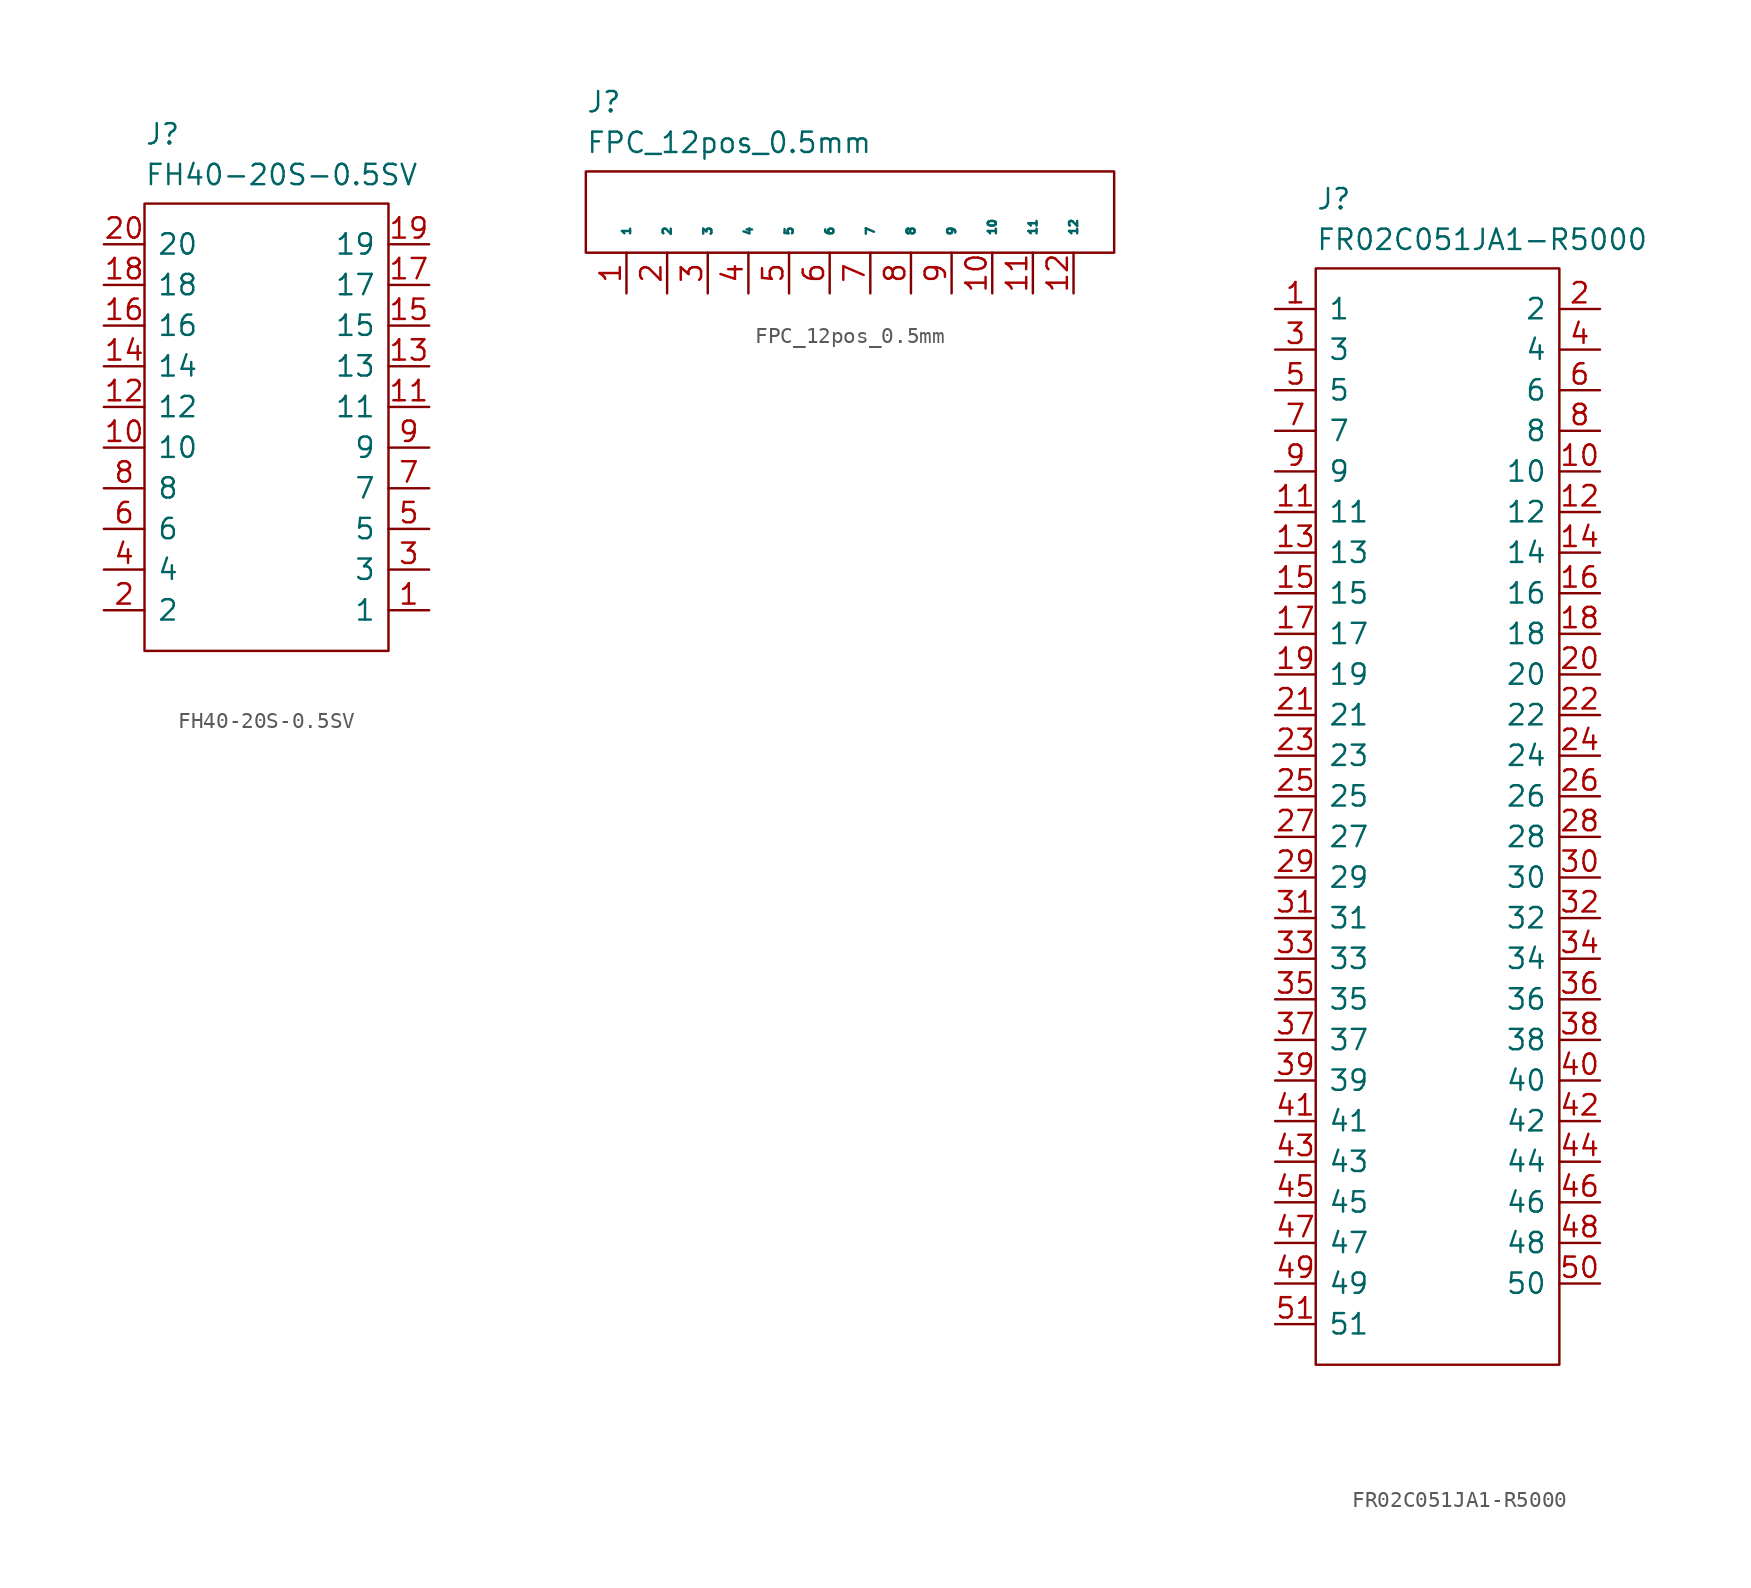
<source format=kicad_sym>
(kicad_symbol_lib
  (version 20241209)
  (generator "kicad_symbol_editor")
  (generator_version "9.0")
  (symbol "FH40-20S-0.5SV"
    (pin_names
      (offset 0.762))
    (property "Reference" "J"
      (at 2.54 7.62 0)
      (effects (font (size 1.27 1.27)) (justify left top)))
    (property "Value" "FH40-20S-0.5SV"
      (at 2.54 5.08 0)
      (effects (font (size 1.27 1.27)) (justify left top)))
    (symbol "FH40-20S-0.5SV_0_0"
      (pin passive line (at 0 0 0) (length 2.54) (name "20" (effects (font (size 1.27 1.27)))) (number "20" (effects (font (size 1.27 1.27)))))
      (pin passive line (at 0 -2.54 0) (length 2.54) (name "18" (effects (font (size 1.27 1.27)))) (number "18" (effects (font (size 1.27 1.27)))))
      (pin passive line (at 0 -5.08 0) (length 2.54) (name "16" (effects (font (size 1.27 1.27)))) (number "16" (effects (font (size 1.27 1.27)))))
      (pin passive line (at 0 -7.62 0) (length 2.54) (name "14" (effects (font (size 1.27 1.27)))) (number "14" (effects (font (size 1.27 1.27)))))
      (pin passive line (at 0 -10.16 0) (length 2.54) (name "12" (effects (font (size 1.27 1.27)))) (number "12" (effects (font (size 1.27 1.27)))))
      (pin passive line (at 0 -12.7 0) (length 2.54) (name "10" (effects (font (size 1.27 1.27)))) (number "10" (effects (font (size 1.27 1.27)))))
      (pin passive line (at 0 -15.24 0) (length 2.54) (name "8" (effects (font (size 1.27 1.27)))) (number "8" (effects (font (size 1.27 1.27)))))
      (pin passive line (at 0 -17.78 0) (length 2.54) (name "6" (effects (font (size 1.27 1.27)))) (number "6" (effects (font (size 1.27 1.27)))))
      (pin passive line (at 0 -20.32 0) (length 2.54) (name "4" (effects (font (size 1.27 1.27)))) (number "4" (effects (font (size 1.27 1.27)))))
      (pin passive line (at 0 -22.86 0) (length 2.54) (name "2" (effects (font (size 1.27 1.27)))) (number "2" (effects (font (size 1.27 1.27)))))
      (pin passive line (at 20.32 0 180) (length 2.54) (name "19" (effects (font (size 1.27 1.27)))) (number "19" (effects (font (size 1.27 1.27)))))
      (pin passive line (at 20.32 -2.54 180) (length 2.54) (name "17" (effects (font (size 1.27 1.27)))) (number "17" (effects (font (size 1.27 1.27)))))
      (pin passive line (at 20.32 -5.08 180) (length 2.54) (name "15" (effects (font (size 1.27 1.27)))) (number "15" (effects (font (size 1.27 1.27)))))
      (pin passive line (at 20.32 -7.62 180) (length 2.54) (name "13" (effects (font (size 1.27 1.27)))) (number "13" (effects (font (size 1.27 1.27)))))
      (pin passive line (at 20.32 -10.16 180) (length 2.54) (name "11" (effects (font (size 1.27 1.27)))) (number "11" (effects (font (size 1.27 1.27)))))
      (pin passive line (at 20.32 -12.7 180) (length 2.54) (name "9" (effects (font (size 1.27 1.27)))) (number "9" (effects (font (size 1.27 1.27)))))
      (pin passive line (at 20.32 -15.24 180) (length 2.54) (name "7" (effects (font (size 1.27 1.27)))) (number "7" (effects (font (size 1.27 1.27)))))
      (pin passive line (at 20.32 -17.78 180) (length 2.54) (name "5" (effects (font (size 1.27 1.27)))) (number "5" (effects (font (size 1.27 1.27)))))
      (pin passive line (at 20.32 -20.32 180) (length 2.54) (name "3" (effects (font (size 1.27 1.27)))) (number "3" (effects (font (size 1.27 1.27)))))
      (pin passive line (at 20.32 -22.86 180) (length 2.54) (name "1" (effects (font (size 1.27 1.27)))) (number "1" (effects (font (size 1.27 1.27))))))
    (symbol "FH40-20S-0.5SV_0_1"
      (polyline (pts (xy 2.54 2.54) (xy 17.78 2.54) (xy 17.78 -25.4) (xy 2.54 -25.4) (xy 2.54 2.54)) (stroke (width 0.152) (type default)) (fill (type none)))))
  (symbol "FPC_12pos_0.5mm"
    (pin_names
      (offset 1.016))
    (property "Reference" "J"
      (at -2.54 12.7 0)
      (effects (font (size 1.27 1.27)) (justify left top)))
    (property "Value" "FPC_12pos_0.5mm"
      (at -2.54 10.16 0)
      (effects (font (size 1.27 1.27)) (justify left top)))
    (symbol "FPC_12pos_0.5mm_0_1"
      (rectangle (start -2.54 7.62) (end 30.48 2.54) (stroke (width 0) (type default)) (fill (type none))))
    (symbol "FPC_12pos_0.5mm_1_1"
      (pin bidirectional line (at 0 0 90) (length 2.54) (name "1" (effects (font (size 0.508 0.508)))) (number "1" (effects (font (size 1.27 1.27)))))
      (pin bidirectional line (at 2.54 0 90) (length 2.54) (name "2" (effects (font (size 0.508 0.508)))) (number "2" (effects (font (size 1.27 1.27)))))
      (pin bidirectional line (at 5.08 0 90) (length 2.54) (name "3" (effects (font (size 0.508 0.508)))) (number "3" (effects (font (size 1.27 1.27)))))
      (pin bidirectional line (at 7.62 0 90) (length 2.54) (name "4" (effects (font (size 0.508 0.508)))) (number "4" (effects (font (size 1.27 1.27)))))
      (pin bidirectional line (at 10.16 0 90) (length 2.54) (name "5" (effects (font (size 0.508 0.508)))) (number "5" (effects (font (size 1.27 1.27)))))
      (pin bidirectional line (at 12.7 0 90) (length 2.54) (name "6" (effects (font (size 0.508 0.508)))) (number "6" (effects (font (size 1.27 1.27)))))
      (pin bidirectional line (at 15.24 0 90) (length 2.54) (name "7" (effects (font (size 0.508 0.508)))) (number "7" (effects (font (size 1.27 1.27)))))
      (pin bidirectional line (at 17.78 0 90) (length 2.54) (name "8" (effects (font (size 0.508 0.508)))) (number "8" (effects (font (size 1.27 1.27)))))
      (pin bidirectional line (at 20.32 0 90) (length 2.54) (name "9" (effects (font (size 0.508 0.508)))) (number "9" (effects (font (size 1.27 1.27)))))
      (pin bidirectional line (at 22.86 0 90) (length 2.54) (name "10" (effects (font (size 0.508 0.508)))) (number "10" (effects (font (size 1.27 1.27)))))
      (pin bidirectional line (at 25.4 0 90) (length 2.54) (name "11" (effects (font (size 0.508 0.508)))) (number "11" (effects (font (size 1.27 1.27)))))
      (pin bidirectional line (at 27.94 0 90) (length 2.54) (name "12" (effects (font (size 0.508 0.508)))) (number "12" (effects (font (size 1.27 1.27)))))))
  (symbol "FR02C051JA1-R5000"
    (pin_names
      (offset 0.762))
    (property "Reference" "J"
      (at 2.54 7.62 0)
      (effects (font (size 1.27 1.27)) (justify left top)))
    (property "Value" "FR02C051JA1-R5000"
      (at 2.54 5.08 0)
      (effects (font (size 1.27 1.27)) (justify left top)))
    (symbol "FR02C051JA1-R5000_0_0"
      (pin passive line (at 0 0 0) (length 2.54) (name "1" (effects (font (size 1.27 1.27)))) (number "1" (effects (font (size 1.27 1.27)))))
      (pin passive line (at 0 -2.54 0) (length 2.54) (name "3" (effects (font (size 1.27 1.27)))) (number "3" (effects (font (size 1.27 1.27)))))
      (pin passive line (at 0 -5.08 0) (length 2.54) (name "5" (effects (font (size 1.27 1.27)))) (number "5" (effects (font (size 1.27 1.27)))))
      (pin passive line (at 0 -7.62 0) (length 2.54) (name "7" (effects (font (size 1.27 1.27)))) (number "7" (effects (font (size 1.27 1.27)))))
      (pin passive line (at 0 -10.16 0) (length 2.54) (name "9" (effects (font (size 1.27 1.27)))) (number "9" (effects (font (size 1.27 1.27)))))
      (pin passive line (at 0 -12.7 0) (length 2.54) (name "11" (effects (font (size 1.27 1.27)))) (number "11" (effects (font (size 1.27 1.27)))))
      (pin passive line (at 0 -15.24 0) (length 2.54) (name "13" (effects (font (size 1.27 1.27)))) (number "13" (effects (font (size 1.27 1.27)))))
      (pin passive line (at 0 -17.78 0) (length 2.54) (name "15" (effects (font (size 1.27 1.27)))) (number "15" (effects (font (size 1.27 1.27)))))
      (pin passive line (at 0 -20.32 0) (length 2.54) (name "17" (effects (font (size 1.27 1.27)))) (number "17" (effects (font (size 1.27 1.27)))))
      (pin passive line (at 0 -22.86 0) (length 2.54) (name "19" (effects (font (size 1.27 1.27)))) (number "19" (effects (font (size 1.27 1.27)))))
      (pin passive line (at 0 -25.4 0) (length 2.54) (name "21" (effects (font (size 1.27 1.27)))) (number "21" (effects (font (size 1.27 1.27)))))
      (pin passive line (at 0 -27.94 0) (length 2.54) (name "23" (effects (font (size 1.27 1.27)))) (number "23" (effects (font (size 1.27 1.27)))))
      (pin passive line (at 0 -30.48 0) (length 2.54) (name "25" (effects (font (size 1.27 1.27)))) (number "25" (effects (font (size 1.27 1.27)))))
      (pin passive line (at 0 -33.02 0) (length 2.54) (name "27" (effects (font (size 1.27 1.27)))) (number "27" (effects (font (size 1.27 1.27)))))
      (pin passive line (at 0 -35.56 0) (length 2.54) (name "29" (effects (font (size 1.27 1.27)))) (number "29" (effects (font (size 1.27 1.27)))))
      (pin passive line (at 0 -38.1 0) (length 2.54) (name "31" (effects (font (size 1.27 1.27)))) (number "31" (effects (font (size 1.27 1.27)))))
      (pin passive line (at 0 -40.64 0) (length 2.54) (name "33" (effects (font (size 1.27 1.27)))) (number "33" (effects (font (size 1.27 1.27)))))
      (pin passive line (at 0 -43.18 0) (length 2.54) (name "35" (effects (font (size 1.27 1.27)))) (number "35" (effects (font (size 1.27 1.27)))))
      (pin passive line (at 0 -45.72 0) (length 2.54) (name "37" (effects (font (size 1.27 1.27)))) (number "37" (effects (font (size 1.27 1.27)))))
      (pin passive line (at 0 -48.26 0) (length 2.54) (name "39" (effects (font (size 1.27 1.27)))) (number "39" (effects (font (size 1.27 1.27)))))
      (pin passive line (at 0 -50.8 0) (length 2.54) (name "41" (effects (font (size 1.27 1.27)))) (number "41" (effects (font (size 1.27 1.27)))))
      (pin passive line (at 0 -53.34 0) (length 2.54) (name "43" (effects (font (size 1.27 1.27)))) (number "43" (effects (font (size 1.27 1.27)))))
      (pin passive line (at 0 -55.88 0) (length 2.54) (name "45" (effects (font (size 1.27 1.27)))) (number "45" (effects (font (size 1.27 1.27)))))
      (pin passive line (at 0 -58.42 0) (length 2.54) (name "47" (effects (font (size 1.27 1.27)))) (number "47" (effects (font (size 1.27 1.27)))))
      (pin passive line (at 0 -60.96 0) (length 2.54) (name "49" (effects (font (size 1.27 1.27)))) (number "49" (effects (font (size 1.27 1.27)))))
      (pin passive line (at 0 -63.5 0) (length 2.54) (name "51" (effects (font (size 1.27 1.27)))) (number "51" (effects (font (size 1.27 1.27)))))
      (pin passive line (at 20.32 0 180) (length 2.54) (name "2" (effects (font (size 1.27 1.27)))) (number "2" (effects (font (size 1.27 1.27)))))
      (pin passive line (at 20.32 -2.54 180) (length 2.54) (name "4" (effects (font (size 1.27 1.27)))) (number "4" (effects (font (size 1.27 1.27)))))
      (pin passive line (at 20.32 -5.08 180) (length 2.54) (name "6" (effects (font (size 1.27 1.27)))) (number "6" (effects (font (size 1.27 1.27)))))
      (pin passive line (at 20.32 -7.62 180) (length 2.54) (name "8" (effects (font (size 1.27 1.27)))) (number "8" (effects (font (size 1.27 1.27)))))
      (pin passive line (at 20.32 -10.16 180) (length 2.54) (name "10" (effects (font (size 1.27 1.27)))) (number "10" (effects (font (size 1.27 1.27)))))
      (pin passive line (at 20.32 -12.7 180) (length 2.54) (name "12" (effects (font (size 1.27 1.27)))) (number "12" (effects (font (size 1.27 1.27)))))
      (pin passive line (at 20.32 -15.24 180) (length 2.54) (name "14" (effects (font (size 1.27 1.27)))) (number "14" (effects (font (size 1.27 1.27)))))
      (pin passive line (at 20.32 -17.78 180) (length 2.54) (name "16" (effects (font (size 1.27 1.27)))) (number "16" (effects (font (size 1.27 1.27)))))
      (pin passive line (at 20.32 -20.32 180) (length 2.54) (name "18" (effects (font (size 1.27 1.27)))) (number "18" (effects (font (size 1.27 1.27)))))
      (pin passive line (at 20.32 -22.86 180) (length 2.54) (name "20" (effects (font (size 1.27 1.27)))) (number "20" (effects (font (size 1.27 1.27)))))
      (pin passive line (at 20.32 -25.4 180) (length 2.54) (name "22" (effects (font (size 1.27 1.27)))) (number "22" (effects (font (size 1.27 1.27)))))
      (pin passive line (at 20.32 -27.94 180) (length 2.54) (name "24" (effects (font (size 1.27 1.27)))) (number "24" (effects (font (size 1.27 1.27)))))
      (pin passive line (at 20.32 -30.48 180) (length 2.54) (name "26" (effects (font (size 1.27 1.27)))) (number "26" (effects (font (size 1.27 1.27)))))
      (pin passive line (at 20.32 -33.02 180) (length 2.54) (name "28" (effects (font (size 1.27 1.27)))) (number "28" (effects (font (size 1.27 1.27)))))
      (pin passive line (at 20.32 -35.56 180) (length 2.54) (name "30" (effects (font (size 1.27 1.27)))) (number "30" (effects (font (size 1.27 1.27)))))
      (pin passive line (at 20.32 -38.1 180) (length 2.54) (name "32" (effects (font (size 1.27 1.27)))) (number "32" (effects (font (size 1.27 1.27)))))
      (pin passive line (at 20.32 -40.64 180) (length 2.54) (name "34" (effects (font (size 1.27 1.27)))) (number "34" (effects (font (size 1.27 1.27)))))
      (pin passive line (at 20.32 -43.18 180) (length 2.54) (name "36" (effects (font (size 1.27 1.27)))) (number "36" (effects (font (size 1.27 1.27)))))
      (pin passive line (at 20.32 -45.72 180) (length 2.54) (name "38" (effects (font (size 1.27 1.27)))) (number "38" (effects (font (size 1.27 1.27)))))
      (pin passive line (at 20.32 -48.26 180) (length 2.54) (name "40" (effects (font (size 1.27 1.27)))) (number "40" (effects (font (size 1.27 1.27)))))
      (pin passive line (at 20.32 -50.8 180) (length 2.54) (name "42" (effects (font (size 1.27 1.27)))) (number "42" (effects (font (size 1.27 1.27)))))
      (pin passive line (at 20.32 -53.34 180) (length 2.54) (name "44" (effects (font (size 1.27 1.27)))) (number "44" (effects (font (size 1.27 1.27)))))
      (pin passive line (at 20.32 -55.88 180) (length 2.54) (name "46" (effects (font (size 1.27 1.27)))) (number "46" (effects (font (size 1.27 1.27)))))
      (pin passive line (at 20.32 -58.42 180) (length 2.54) (name "48" (effects (font (size 1.27 1.27)))) (number "48" (effects (font (size 1.27 1.27)))))
      (pin passive line (at 20.32 -60.96 180) (length 2.54) (name "50" (effects (font (size 1.27 1.27)))) (number "50" (effects (font (size 1.27 1.27))))))
    (symbol "FR02C051JA1-R5000_0_1"
      (polyline (pts (xy 2.54 2.54) (xy 17.78 2.54) (xy 17.78 -66.04) (xy 2.54 -66.04) (xy 2.54 2.54)) (stroke (width 0.152) (type default)) (fill (type none))))))
</source>
